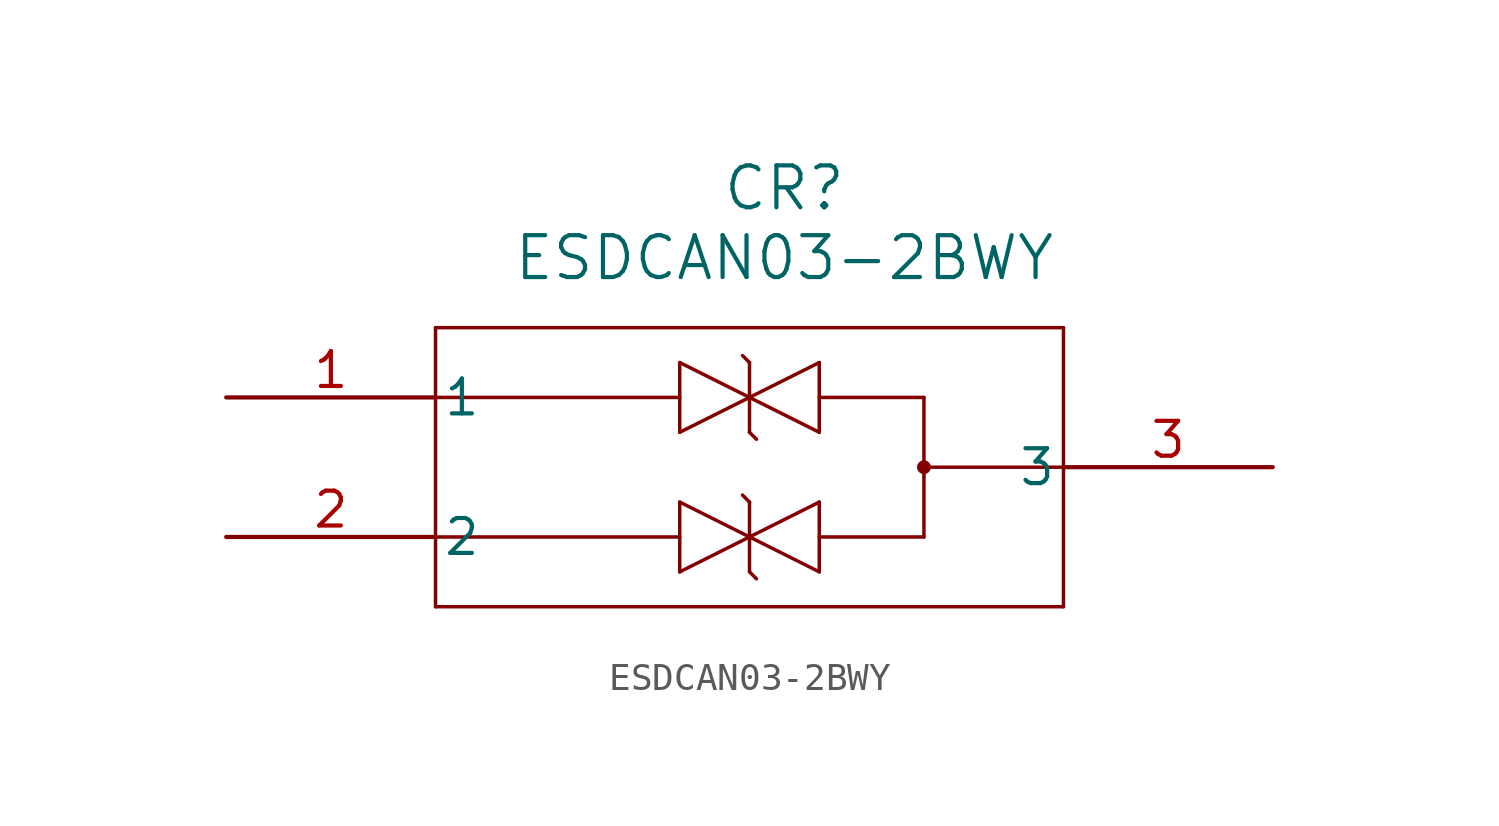
<source format=kicad_sym>
(kicad_symbol_lib
  (version 20211014)
  (generator kicad_symbol_editor)
  (symbol "ESDCAN03-2BWY"
    (pin_names
      (offset 0.254))
    (property "Reference" "CR"
      (at 20.32 7.62 0)
      (effects (font (size 1.524 1.524))))
    (property "Value" "ESDCAN03-2BWY"
      (at 20.32 5.08 0)
      (effects (font (size 1.524 1.524))))
    (symbol "ESDCAN03-2BWY_0_1"
      (polyline (pts (xy 7.62 2.54) (xy 7.62 -7.62)) (stroke (width 0.127) (type default) (color 0 0 0 0)) (fill (type none)))
      (polyline (pts (xy 7.62 -7.62) (xy 30.48 -7.62)) (stroke (width 0.127) (type default) (color 0 0 0 0)) (fill (type none)))
      (polyline (pts (xy 30.48 -7.62) (xy 30.48 2.54)) (stroke (width 0.127) (type default) (color 0 0 0 0)) (fill (type none)))
      (polyline (pts (xy 30.48 2.54) (xy 7.62 2.54)) (stroke (width 0.127) (type default) (color 0 0 0 0)) (fill (type none)))
      (polyline (pts (xy 21.59 -1.27) (xy 19.05 0)) (stroke (width 0.127) (type default) (color 0 0 0 0)) (fill (type none)))
      (polyline (pts (xy 19.05 0) (xy 21.59 1.27)) (stroke (width 0.127) (type default) (color 0 0 0 0)) (fill (type none)))
      (polyline (pts (xy 21.59 1.27) (xy 21.59 -1.27)) (stroke (width 0.127) (type default) (color 0 0 0 0)) (fill (type none)))
      (polyline (pts (xy 21.59 -6.35) (xy 19.05 -5.08)) (stroke (width 0.127) (type default) (color 0 0 0 0)) (fill (type none)))
      (polyline (pts (xy 19.05 -5.08) (xy 21.59 -3.81)) (stroke (width 0.127) (type default) (color 0 0 0 0)) (fill (type none)))
      (polyline (pts (xy 21.59 -3.81) (xy 21.59 -6.35)) (stroke (width 0.127) (type default) (color 0 0 0 0)) (fill (type none)))
      (polyline (pts (xy 19.05 1.27) (xy 19.05 -1.27)) (stroke (width 0.127) (type default) (color 0 0 0 0)) (fill (type none)))
      (polyline (pts (xy 19.05 0) (xy 16.51 -1.27)) (stroke (width 0.127) (type default) (color 0 0 0 0)) (fill (type none)))
      (polyline (pts (xy 16.51 -1.27) (xy 16.51 1.27)) (stroke (width 0.127) (type default) (color 0 0 0 0)) (fill (type none)))
      (polyline (pts (xy 16.51 1.27) (xy 19.05 0)) (stroke (width 0.127) (type default) (color 0 0 0 0)) (fill (type none)))
      (polyline (pts (xy 19.05 1.27) (xy 18.796 1.524)) (stroke (width 0.127) (type default) (color 0 0 0 0)) (fill (type none)))
      (polyline (pts (xy 19.05 -1.27) (xy 19.304 -1.524)) (stroke (width 0.127) (type default) (color 0 0 0 0)) (fill (type none)))
      (polyline (pts (xy 19.05 -3.81) (xy 19.05 -6.35)) (stroke (width 0.127) (type default) (color 0 0 0 0)) (fill (type none)))
      (polyline (pts (xy 19.05 -5.08) (xy 16.51 -6.35)) (stroke (width 0.127) (type default) (color 0 0 0 0)) (fill (type none)))
      (polyline (pts (xy 16.51 -6.35) (xy 16.51 -3.81)) (stroke (width 0.127) (type default) (color 0 0 0 0)) (fill (type none)))
      (polyline (pts (xy 16.51 -3.81) (xy 19.05 -5.08)) (stroke (width 0.127) (type default) (color 0 0 0 0)) (fill (type none)))
      (polyline (pts (xy 19.05 -3.81) (xy 18.796 -3.556)) (stroke (width 0.127) (type default) (color 0 0 0 0)) (fill (type none)))
      (polyline (pts (xy 19.05 -6.35) (xy 19.304 -6.604)) (stroke (width 0.127) (type default) (color 0 0 0 0)) (fill (type none)))
      (polyline (pts (xy 7.62 0) (xy 16.51 0)) (stroke (width 0.127) (type default) (color 0 0 0 0)) (fill (type none)))
      (polyline (pts (xy 7.62 -5.08) (xy 16.51 -5.08)) (stroke (width 0.127) (type default) (color 0 0 0 0)) (fill (type none)))
      (polyline (pts (xy 21.59 0) (xy 25.4 0)) (stroke (width 0.127) (type default) (color 0 0 0 0)) (fill (type none)))
      (polyline (pts (xy 21.59 -5.08) (xy 25.4 -5.08)) (stroke (width 0.127) (type default) (color 0 0 0 0)) (fill (type none)))
      (polyline (pts (xy 25.4 -5.08) (xy 25.4 0)) (stroke (width 0.127) (type default) (color 0 0 0 0)) (fill (type none)))
      (polyline (pts (xy 25.4 -2.54) (xy 30.48 -2.54)) (stroke (width 0.127) (type default) (color 0 0 0 0)) (fill (type none)))
      (circle (center 25.4 -2.54) (radius 0.127) (stroke (width 0.254) (type default) (color 0 0 0 0)) (fill (type none)))
      (pin unspecified line (at 0 0 0) (length 7.62) (name "1" (effects (font (size 1.27 1.27)))) (number "1" (effects (font (size 1.27 1.27)))))
      (pin unspecified line (at 0 -5.08 0) (length 7.62) (name "2" (effects (font (size 1.27 1.27)))) (number "2" (effects (font (size 1.27 1.27)))))
      (pin unspecified line (at 38.1 -2.54 180) (length 7.62) (name "3" (effects (font (size 1.27 1.27)))) (number "3" (effects (font (size 1.27 1.27))))))))
</source>
